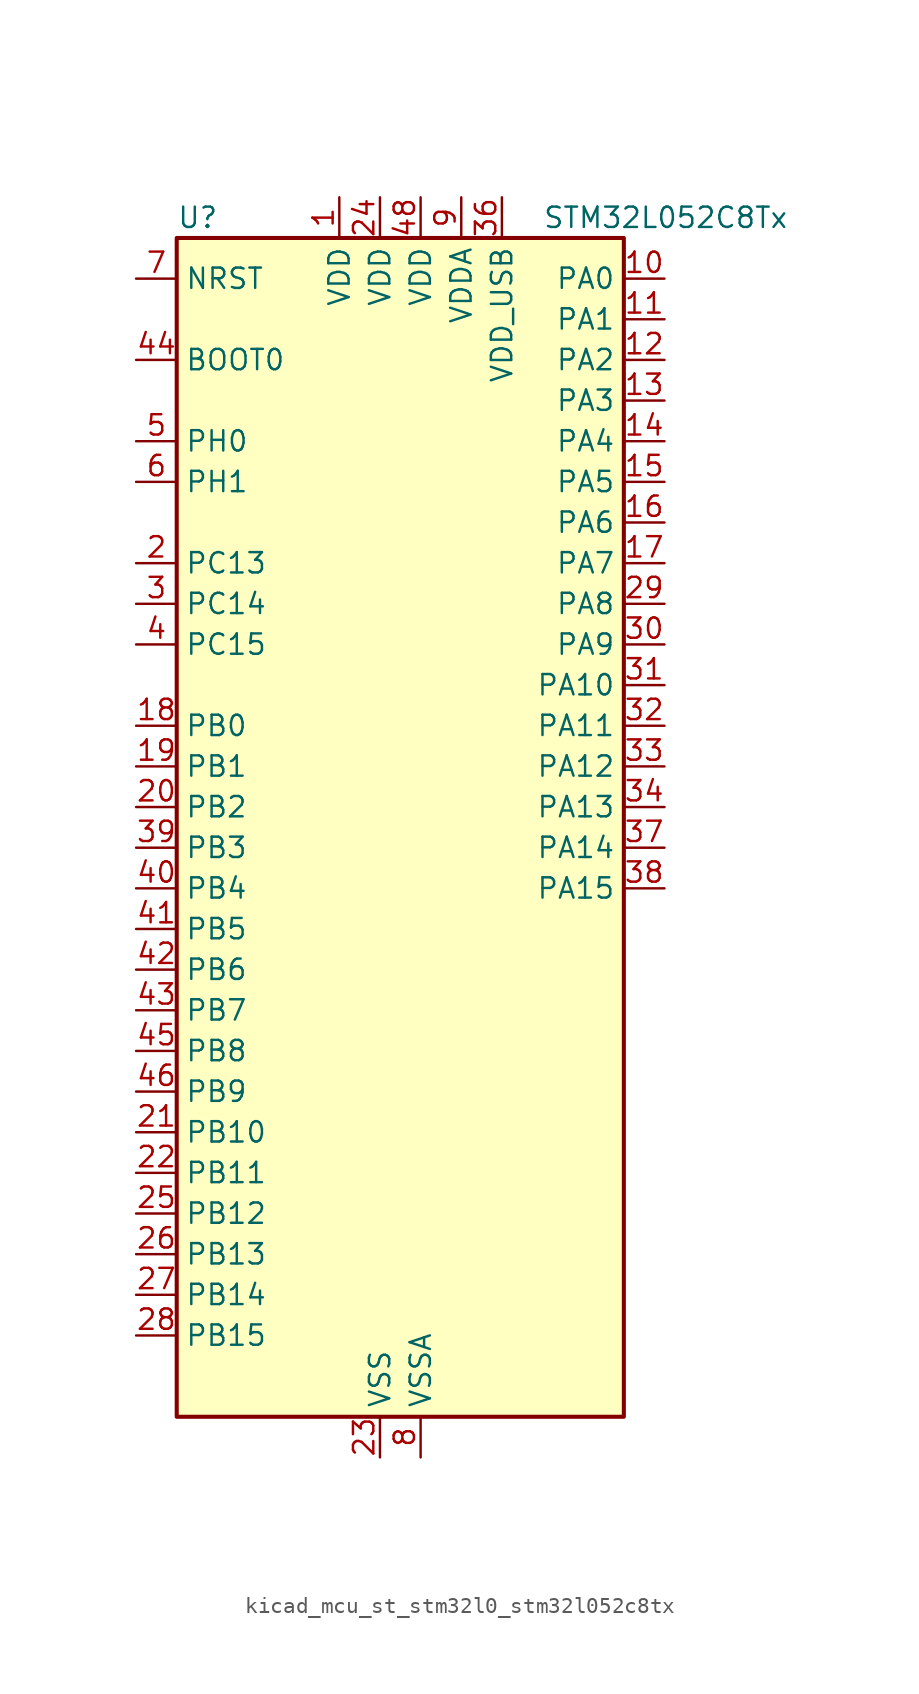
<source format=kicad_sym>
(kicad_symbol_lib
  (version 20220914)
  (generator kicad_symbol_editor)
  (symbol "kicad_mcu_st_stm32l0_stm32l052c8tx"
    (property "Reference" "U"
      (at -12.7 39.37 0)
      (effects (font (size 1.27 1.27)) (justify left)))
    (property "Value" "STM32L052C8Tx"
      (at 10.16 39.37 0)
      (effects (font (size 1.27 1.27)) (justify left)))
    (property "ki_locked" ""
      (at 0 0 0)
      (effects (font (size 1.27 1.27))))
    (symbol "kicad_mcu_st_stm32l0_stm32l052c8tx_0_1"
      (rectangle (start -12.7 -35.56) (end 15.24 38.1) (stroke (width 0.254) (type default)) (fill (type background))))
    (symbol "kicad_mcu_st_stm32l0_stm32l052c8tx_1_1"
      (pin power_in line (at -2.54 40.64 270) (length 2.54) (name "VDD" (effects (font (size 1.27 1.27)))) (number "1" (effects (font (size 1.27 1.27)))))
      (pin bidirectional line (at 17.78 35.56 180) (length 2.54) (name "PA0" (effects (font (size 1.27 1.27)))) (number "10" (effects (font (size 1.27 1.27)))) (alternate "ADC_IN0" bidirectional line) (alternate "COMP1_INM" bidirectional line) (alternate "COMP1_OUT" bidirectional line) (alternate "RTC_TAMP2" bidirectional line) (alternate "SYS_WKUP1" bidirectional line) (alternate "TIM2_CH1" bidirectional line) (alternate "TIM2_ETR" bidirectional line) (alternate "TSC_G1_IO1" bidirectional line) (alternate "USART2_CTS" bidirectional line))
      (pin bidirectional line (at 17.78 33.02 180) (length 2.54) (name "PA1" (effects (font (size 1.27 1.27)))) (number "11" (effects (font (size 1.27 1.27)))) (alternate "ADC_IN1" bidirectional line) (alternate "COMP1_INP" bidirectional line) (alternate "TIM21_ETR" bidirectional line) (alternate "TIM2_CH2" bidirectional line) (alternate "TSC_G1_IO2" bidirectional line) (alternate "USART2_DE" bidirectional line) (alternate "USART2_RTS" bidirectional line))
      (pin bidirectional line (at 17.78 30.48 180) (length 2.54) (name "PA2" (effects (font (size 1.27 1.27)))) (number "12" (effects (font (size 1.27 1.27)))) (alternate "ADC_IN2" bidirectional line) (alternate "COMP2_INM" bidirectional line) (alternate "COMP2_OUT" bidirectional line) (alternate "TIM21_CH1" bidirectional line) (alternate "TIM2_CH3" bidirectional line) (alternate "TSC_G1_IO3" bidirectional line) (alternate "USART2_TX" bidirectional line))
      (pin bidirectional line (at 17.78 27.94 180) (length 2.54) (name "PA3" (effects (font (size 1.27 1.27)))) (number "13" (effects (font (size 1.27 1.27)))) (alternate "ADC_IN3" bidirectional line) (alternate "COMP2_INP" bidirectional line) (alternate "TIM21_CH2" bidirectional line) (alternate "TIM2_CH4" bidirectional line) (alternate "TSC_G1_IO4" bidirectional line) (alternate "USART2_RX" bidirectional line))
      (pin bidirectional line (at 17.78 25.4 180) (length 2.54) (name "PA4" (effects (font (size 1.27 1.27)))) (number "14" (effects (font (size 1.27 1.27)))) (alternate "ADC_IN4" bidirectional line) (alternate "COMP1_INM" bidirectional line) (alternate "COMP2_INM" bidirectional line) (alternate "DAC_OUT1" bidirectional line) (alternate "SPI1_NSS" bidirectional line) (alternate "TIM22_ETR" bidirectional line) (alternate "TSC_G2_IO1" bidirectional line) (alternate "USART2_CK" bidirectional line))
      (pin bidirectional line (at 17.78 22.86 180) (length 2.54) (name "PA5" (effects (font (size 1.27 1.27)))) (number "15" (effects (font (size 1.27 1.27)))) (alternate "ADC_IN5" bidirectional line) (alternate "COMP1_INM" bidirectional line) (alternate "COMP2_INM" bidirectional line) (alternate "SPI1_SCK" bidirectional line) (alternate "TIM2_CH1" bidirectional line) (alternate "TIM2_ETR" bidirectional line) (alternate "TSC_G2_IO2" bidirectional line))
      (pin bidirectional line (at 17.78 20.32 180) (length 2.54) (name "PA6" (effects (font (size 1.27 1.27)))) (number "16" (effects (font (size 1.27 1.27)))) (alternate "ADC_IN6" bidirectional line) (alternate "COMP1_OUT" bidirectional line) (alternate "LPUART1_CTS" bidirectional line) (alternate "SPI1_MISO" bidirectional line) (alternate "TIM22_CH1" bidirectional line) (alternate "TSC_G2_IO3" bidirectional line))
      (pin bidirectional line (at 17.78 17.78 180) (length 2.54) (name "PA7" (effects (font (size 1.27 1.27)))) (number "17" (effects (font (size 1.27 1.27)))) (alternate "ADC_IN7" bidirectional line) (alternate "COMP2_OUT" bidirectional line) (alternate "SPI1_MOSI" bidirectional line) (alternate "TIM22_CH2" bidirectional line) (alternate "TSC_G2_IO4" bidirectional line))
      (pin bidirectional line (at -15.24 7.62 0) (length 2.54) (name "PB0" (effects (font (size 1.27 1.27)))) (number "18" (effects (font (size 1.27 1.27)))) (alternate "ADC_IN8" bidirectional line) (alternate "SYS_VREF_OUT_PB0" bidirectional line) (alternate "TSC_G3_IO2" bidirectional line))
      (pin bidirectional line (at -15.24 5.08 0) (length 2.54) (name "PB1" (effects (font (size 1.27 1.27)))) (number "19" (effects (font (size 1.27 1.27)))) (alternate "ADC_IN9" bidirectional line) (alternate "LPUART1_DE" bidirectional line) (alternate "LPUART1_RTS" bidirectional line) (alternate "SYS_VREF_OUT_PB1" bidirectional line) (alternate "TSC_G3_IO3" bidirectional line))
      (pin bidirectional line (at -15.24 17.78 0) (length 2.54) (name "PC13" (effects (font (size 1.27 1.27)))) (number "2" (effects (font (size 1.27 1.27)))) (alternate "RTC_OUT_ALARM" bidirectional line) (alternate "RTC_OUT_CALIB" bidirectional line) (alternate "RTC_TAMP1" bidirectional line) (alternate "RTC_TS" bidirectional line) (alternate "SYS_WKUP2" bidirectional line))
      (pin bidirectional line (at -15.24 2.54 0) (length 2.54) (name "PB2" (effects (font (size 1.27 1.27)))) (number "20" (effects (font (size 1.27 1.27)))) (alternate "LPTIM1_OUT" bidirectional line) (alternate "TSC_G3_IO4" bidirectional line))
      (pin bidirectional line (at -15.24 -17.78 0) (length 2.54) (name "PB10" (effects (font (size 1.27 1.27)))) (number "21" (effects (font (size 1.27 1.27)))) (alternate "I2C2_SCL" bidirectional line) (alternate "LPUART1_TX" bidirectional line) (alternate "SPI2_SCK" bidirectional line) (alternate "TIM2_CH3" bidirectional line) (alternate "TSC_SYNC" bidirectional line))
      (pin bidirectional line (at -15.24 -20.32 0) (length 2.54) (name "PB11" (effects (font (size 1.27 1.27)))) (number "22" (effects (font (size 1.27 1.27)))) (alternate "ADC_EXTI11" bidirectional line) (alternate "I2C2_SDA" bidirectional line) (alternate "LPUART1_RX" bidirectional line) (alternate "TIM2_CH4" bidirectional line) (alternate "TSC_G6_IO1" bidirectional line))
      (pin power_in line (at 0 -38.1 90) (length 2.54) (name "VSS" (effects (font (size 1.27 1.27)))) (number "23" (effects (font (size 1.27 1.27)))))
      (pin power_in line (at 0 40.64 270) (length 2.54) (name "VDD" (effects (font (size 1.27 1.27)))) (number "24" (effects (font (size 1.27 1.27)))))
      (pin bidirectional line (at -15.24 -22.86 0) (length 2.54) (name "PB12" (effects (font (size 1.27 1.27)))) (number "25" (effects (font (size 1.27 1.27)))) (alternate "I2S2_WS" bidirectional line) (alternate "LPUART1_DE" bidirectional line) (alternate "LPUART1_RTS" bidirectional line) (alternate "SPI2_NSS" bidirectional line) (alternate "TSC_G6_IO2" bidirectional line))
      (pin bidirectional line (at -15.24 -25.4 0) (length 2.54) (name "PB13" (effects (font (size 1.27 1.27)))) (number "26" (effects (font (size 1.27 1.27)))) (alternate "I2C2_SCL" bidirectional line) (alternate "I2S2_CK" bidirectional line) (alternate "LPUART1_CTS" bidirectional line) (alternate "SPI2_SCK" bidirectional line) (alternate "TIM21_CH1" bidirectional line) (alternate "TSC_G6_IO3" bidirectional line))
      (pin bidirectional line (at -15.24 -27.94 0) (length 2.54) (name "PB14" (effects (font (size 1.27 1.27)))) (number "27" (effects (font (size 1.27 1.27)))) (alternate "I2C2_SDA" bidirectional line) (alternate "I2S2_MCK" bidirectional line) (alternate "LPUART1_DE" bidirectional line) (alternate "LPUART1_RTS" bidirectional line) (alternate "RTC_OUT_ALARM" bidirectional line) (alternate "RTC_OUT_CALIB" bidirectional line) (alternate "SPI2_MISO" bidirectional line) (alternate "TIM21_CH2" bidirectional line) (alternate "TSC_G6_IO4" bidirectional line))
      (pin bidirectional line (at -15.24 -30.48 0) (length 2.54) (name "PB15" (effects (font (size 1.27 1.27)))) (number "28" (effects (font (size 1.27 1.27)))) (alternate "I2S2_SD" bidirectional line) (alternate "RTC_REFIN" bidirectional line) (alternate "SPI2_MOSI" bidirectional line))
      (pin bidirectional line (at 17.78 15.24 180) (length 2.54) (name "PA8" (effects (font (size 1.27 1.27)))) (number "29" (effects (font (size 1.27 1.27)))) (alternate "CRS_SYNC" bidirectional line) (alternate "RCC_MCO" bidirectional line) (alternate "USART1_CK" bidirectional line))
      (pin bidirectional line (at -15.24 15.24 0) (length 2.54) (name "PC14" (effects (font (size 1.27 1.27)))) (number "3" (effects (font (size 1.27 1.27)))) (alternate "RCC_OSC32_IN" bidirectional line))
      (pin bidirectional line (at 17.78 12.7 180) (length 2.54) (name "PA9" (effects (font (size 1.27 1.27)))) (number "30" (effects (font (size 1.27 1.27)))) (alternate "DAC_EXTI9" bidirectional line) (alternate "RCC_MCO" bidirectional line) (alternate "TSC_G4_IO1" bidirectional line) (alternate "USART1_TX" bidirectional line))
      (pin bidirectional line (at 17.78 10.16 180) (length 2.54) (name "PA10" (effects (font (size 1.27 1.27)))) (number "31" (effects (font (size 1.27 1.27)))) (alternate "TSC_G4_IO2" bidirectional line) (alternate "USART1_RX" bidirectional line))
      (pin bidirectional line (at 17.78 7.62 180) (length 2.54) (name "PA11" (effects (font (size 1.27 1.27)))) (number "32" (effects (font (size 1.27 1.27)))) (alternate "ADC_EXTI11" bidirectional line) (alternate "COMP1_OUT" bidirectional line) (alternate "SPI1_MISO" bidirectional line) (alternate "TSC_G4_IO3" bidirectional line) (alternate "USART1_CTS" bidirectional line) (alternate "USB_DM" bidirectional line))
      (pin bidirectional line (at 17.78 5.08 180) (length 2.54) (name "PA12" (effects (font (size 1.27 1.27)))) (number "33" (effects (font (size 1.27 1.27)))) (alternate "COMP2_OUT" bidirectional line) (alternate "SPI1_MOSI" bidirectional line) (alternate "TSC_G4_IO4" bidirectional line) (alternate "USART1_DE" bidirectional line) (alternate "USART1_RTS" bidirectional line) (alternate "USB_DP" bidirectional line))
      (pin bidirectional line (at 17.78 2.54 180) (length 2.54) (name "PA13" (effects (font (size 1.27 1.27)))) (number "34" (effects (font (size 1.27 1.27)))) (alternate "SYS_SWDIO" bidirectional line) (alternate "USB_NOE" bidirectional line))
      (pin passive line (at 0 -38.1 90) (length 2.54) hide (name "VSS" (effects (font (size 1.27 1.27)))) (number "35" (effects (font (size 1.27 1.27)))))
      (pin power_in line (at 7.62 40.64 270) (length 2.54) (name "VDD_USB" (effects (font (size 1.27 1.27)))) (number "36" (effects (font (size 1.27 1.27)))))
      (pin bidirectional line (at 17.78 0 180) (length 2.54) (name "PA14" (effects (font (size 1.27 1.27)))) (number "37" (effects (font (size 1.27 1.27)))) (alternate "SYS_SWCLK" bidirectional line) (alternate "USART2_TX" bidirectional line))
      (pin bidirectional line (at 17.78 -2.54 180) (length 2.54) (name "PA15" (effects (font (size 1.27 1.27)))) (number "38" (effects (font (size 1.27 1.27)))) (alternate "SPI1_NSS" bidirectional line) (alternate "TIM2_CH1" bidirectional line) (alternate "TIM2_ETR" bidirectional line) (alternate "USART2_RX" bidirectional line))
      (pin bidirectional line (at -15.24 0 0) (length 2.54) (name "PB3" (effects (font (size 1.27 1.27)))) (number "39" (effects (font (size 1.27 1.27)))) (alternate "COMP2_INM" bidirectional line) (alternate "SPI1_SCK" bidirectional line) (alternate "TIM2_CH2" bidirectional line) (alternate "TSC_G5_IO1" bidirectional line))
      (pin bidirectional line (at -15.24 12.7 0) (length 2.54) (name "PC15" (effects (font (size 1.27 1.27)))) (number "4" (effects (font (size 1.27 1.27)))) (alternate "RCC_OSC32_OUT" bidirectional line))
      (pin bidirectional line (at -15.24 -2.54 0) (length 2.54) (name "PB4" (effects (font (size 1.27 1.27)))) (number "40" (effects (font (size 1.27 1.27)))) (alternate "COMP2_INP" bidirectional line) (alternate "SPI1_MISO" bidirectional line) (alternate "TIM22_CH1" bidirectional line) (alternate "TSC_G5_IO2" bidirectional line))
      (pin bidirectional line (at -15.24 -5.08 0) (length 2.54) (name "PB5" (effects (font (size 1.27 1.27)))) (number "41" (effects (font (size 1.27 1.27)))) (alternate "COMP2_INP" bidirectional line) (alternate "I2C1_SMBA" bidirectional line) (alternate "LPTIM1_IN1" bidirectional line) (alternate "SPI1_MOSI" bidirectional line) (alternate "TIM22_CH2" bidirectional line))
      (pin bidirectional line (at -15.24 -7.62 0) (length 2.54) (name "PB6" (effects (font (size 1.27 1.27)))) (number "42" (effects (font (size 1.27 1.27)))) (alternate "COMP2_INP" bidirectional line) (alternate "I2C1_SCL" bidirectional line) (alternate "LPTIM1_ETR" bidirectional line) (alternate "TSC_G5_IO3" bidirectional line) (alternate "USART1_TX" bidirectional line))
      (pin bidirectional line (at -15.24 -10.16 0) (length 2.54) (name "PB7" (effects (font (size 1.27 1.27)))) (number "43" (effects (font (size 1.27 1.27)))) (alternate "COMP2_INP" bidirectional line) (alternate "I2C1_SDA" bidirectional line) (alternate "LPTIM1_IN2" bidirectional line) (alternate "SYS_PVD_IN" bidirectional line) (alternate "TSC_G5_IO4" bidirectional line) (alternate "USART1_RX" bidirectional line))
      (pin input line (at -15.24 30.48 0) (length 2.54) (name "BOOT0" (effects (font (size 1.27 1.27)))) (number "44" (effects (font (size 1.27 1.27)))))
      (pin bidirectional line (at -15.24 -12.7 0) (length 2.54) (name "PB8" (effects (font (size 1.27 1.27)))) (number "45" (effects (font (size 1.27 1.27)))) (alternate "I2C1_SCL" bidirectional line) (alternate "TSC_SYNC" bidirectional line))
      (pin bidirectional line (at -15.24 -15.24 0) (length 2.54) (name "PB9" (effects (font (size 1.27 1.27)))) (number "46" (effects (font (size 1.27 1.27)))) (alternate "DAC_EXTI9" bidirectional line) (alternate "I2C1_SDA" bidirectional line) (alternate "I2S2_WS" bidirectional line) (alternate "SPI2_NSS" bidirectional line))
      (pin passive line (at 0 -38.1 90) (length 2.54) hide (name "VSS" (effects (font (size 1.27 1.27)))) (number "47" (effects (font (size 1.27 1.27)))))
      (pin power_in line (at 2.54 40.64 270) (length 2.54) (name "VDD" (effects (font (size 1.27 1.27)))) (number "48" (effects (font (size 1.27 1.27)))))
      (pin bidirectional line (at -15.24 25.4 0) (length 2.54) (name "PH0" (effects (font (size 1.27 1.27)))) (number "5" (effects (font (size 1.27 1.27)))) (alternate "CRS_SYNC" bidirectional line) (alternate "RCC_OSC_IN" bidirectional line))
      (pin bidirectional line (at -15.24 22.86 0) (length 2.54) (name "PH1" (effects (font (size 1.27 1.27)))) (number "6" (effects (font (size 1.27 1.27)))) (alternate "RCC_OSC_OUT" bidirectional line))
      (pin input line (at -15.24 35.56 0) (length 2.54) (name "NRST" (effects (font (size 1.27 1.27)))) (number "7" (effects (font (size 1.27 1.27)))))
      (pin power_in line (at 2.54 -38.1 90) (length 2.54) (name "VSSA" (effects (font (size 1.27 1.27)))) (number "8" (effects (font (size 1.27 1.27)))))
      (pin power_in line (at 5.08 40.64 270) (length 2.54) (name "VDDA" (effects (font (size 1.27 1.27)))) (number "9" (effects (font (size 1.27 1.27))))))))
</source>
